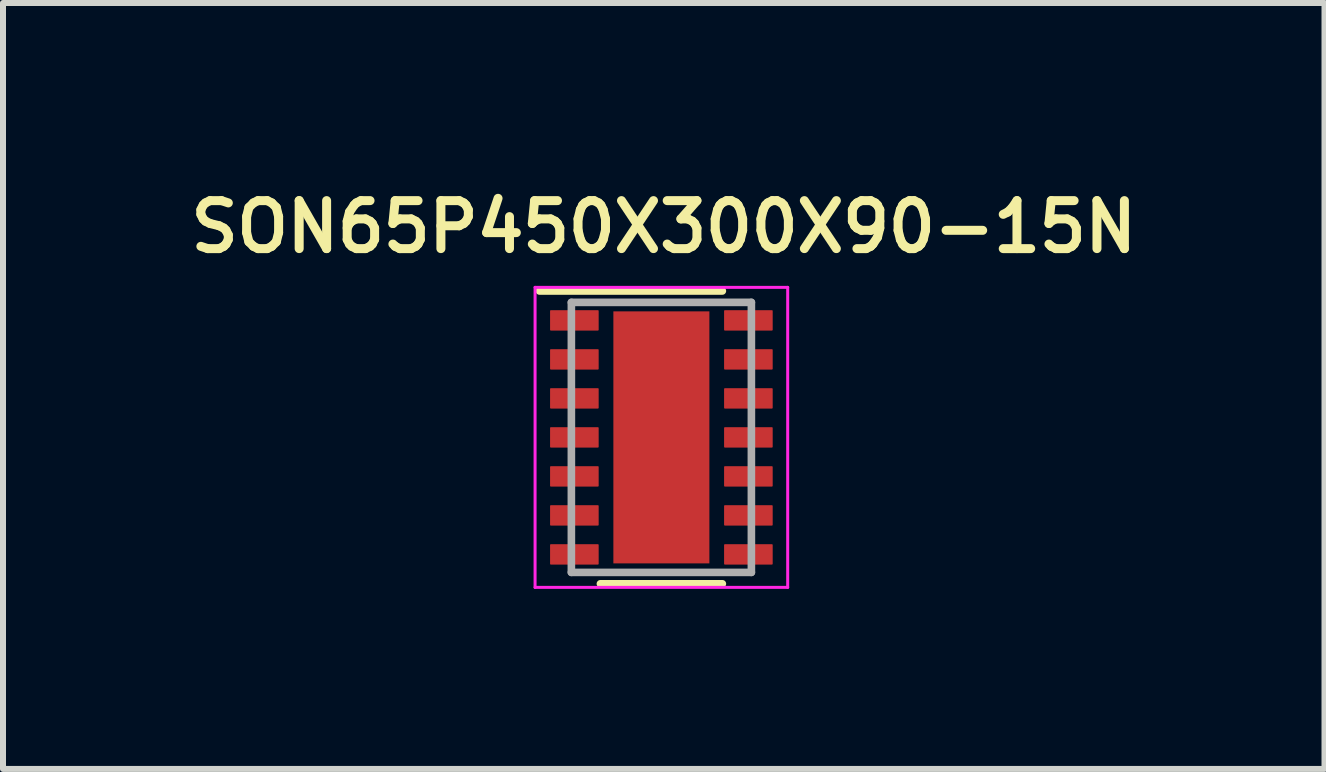
<source format=kicad_pcb>
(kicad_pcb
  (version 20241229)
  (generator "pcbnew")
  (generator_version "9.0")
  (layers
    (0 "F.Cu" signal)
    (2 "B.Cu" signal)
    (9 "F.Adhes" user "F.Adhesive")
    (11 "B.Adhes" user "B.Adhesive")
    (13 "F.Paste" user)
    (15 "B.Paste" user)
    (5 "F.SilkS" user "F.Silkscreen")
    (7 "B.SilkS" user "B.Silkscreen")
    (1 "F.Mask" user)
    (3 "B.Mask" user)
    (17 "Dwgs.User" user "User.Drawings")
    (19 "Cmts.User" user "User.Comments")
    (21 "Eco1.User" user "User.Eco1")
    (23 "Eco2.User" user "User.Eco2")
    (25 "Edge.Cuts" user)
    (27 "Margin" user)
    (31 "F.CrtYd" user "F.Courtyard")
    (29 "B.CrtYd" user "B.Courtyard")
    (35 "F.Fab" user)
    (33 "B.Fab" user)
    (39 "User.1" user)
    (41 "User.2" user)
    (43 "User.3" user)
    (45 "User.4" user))
  (footprint "SON65P450X300X90-15N"
    (layer "F.Cu")
    (at 7.972 4.239)
    (property "Reference" "SON65P450X300X90-15N" (at 0.04 -3.508 0) (layer "F.SilkS") (effects (font (size 0.8 0.8) (thickness 0.15))))
    (attr smd)
    (fp_line (start -2.032 -2.44) (end 1.016 -2.44) (stroke (width 0.127) (type solid)) (layer "F.SilkS"))
    (fp_line (start -1.016 2.44) (end 1.016 2.44) (stroke (width 0.127) (type solid)) (layer "F.SilkS"))
    (fp_poly (pts (xy -0.475 -1.88) (xy 0.475 -1.88) (xy 0.475 -0.11) (xy -0.475 -0.11)) (stroke (width 0.01) (type solid)) (fill yes) (layer "F.Paste"))
    (fp_poly (pts (xy -0.475 0.11) (xy 0.475 0.11) (xy 0.475 1.88) (xy -0.475 1.88)) (stroke (width 0.01) (type solid)) (fill yes) (layer "F.Paste"))
    (fp_line (start -2.105 -2.5) (end -2.105 2.5) (stroke (width 0.05) (type solid)) (layer "F.CrtYd"))
    (fp_line (start -2.105 -2.5) (end 2.105 -2.5) (stroke (width 0.05) (type solid)) (layer "F.CrtYd"))
    (fp_line (start -2.105 2.5) (end 2.105 2.5) (stroke (width 0.05) (type solid)) (layer "F.CrtYd"))
    (fp_line (start 2.105 -2.5) (end 2.105 2.5) (stroke (width 0.05) (type solid)) (layer "F.CrtYd"))
    (fp_line (start -1.5 -2.25) (end -1.5 2.25) (stroke (width 0.127) (type solid)) (layer "F.Fab"))
    (fp_line (start -1.5 -2.25) (end 1.5 -2.25) (stroke (width 0.127) (type solid)) (layer "F.Fab"))
    (fp_line (start -1.5 2.25) (end 1.5 2.25) (stroke (width 0.127) (type solid)) (layer "F.Fab"))
    (fp_line (start 1.5 -2.25) (end 1.5 2.25) (stroke (width 0.127) (type solid)) (layer "F.Fab"))
    (pad "1" smd roundrect (at -1.45 -1.95) (size 0.81 0.34) (layers "F.Cu" "F.Mask" "F.Paste") (roundrect_rratio 0.04))
    (pad "2" smd roundrect (at -1.45 -1.3) (size 0.81 0.34) (layers "F.Cu" "F.Mask" "F.Paste") (roundrect_rratio 0.04))
    (pad "3" smd roundrect (at -1.45 -0.65) (size 0.81 0.34) (layers "F.Cu" "F.Mask" "F.Paste") (roundrect_rratio 0.04))
    (pad "4" smd roundrect (at -1.45 0) (size 0.81 0.34) (layers "F.Cu" "F.Mask" "F.Paste") (roundrect_rratio 0.04))
    (pad "5" smd roundrect (at -1.45 0.65) (size 0.81 0.34) (layers "F.Cu" "F.Mask" "F.Paste") (roundrect_rratio 0.04))
    (pad "6" smd roundrect (at -1.45 1.3) (size 0.81 0.34) (layers "F.Cu" "F.Mask" "F.Paste") (roundrect_rratio 0.04))
    (pad "7" smd roundrect (at -1.45 1.95) (size 0.81 0.34) (layers "F.Cu" "F.Mask" "F.Paste") (roundrect_rratio 0.04))
    (pad "8" smd roundrect (at 1.45 1.95) (size 0.81 0.34) (layers "F.Cu" "F.Mask" "F.Paste") (roundrect_rratio 0.04))
    (pad "9" smd roundrect (at 1.45 1.3) (size 0.81 0.34) (layers "F.Cu" "F.Mask" "F.Paste") (roundrect_rratio 0.04))
    (pad "10" smd roundrect (at 1.45 0.65) (size 0.81 0.34) (layers "F.Cu" "F.Mask" "F.Paste") (roundrect_rratio 0.04))
    (pad "11" smd roundrect (at 1.45 0) (size 0.81 0.34) (layers "F.Cu" "F.Mask" "F.Paste") (roundrect_rratio 0.04))
    (pad "12" smd roundrect (at 1.45 -0.65) (size 0.81 0.34) (layers "F.Cu" "F.Mask" "F.Paste") (roundrect_rratio 0.04))
    (pad "13" smd roundrect (at 1.45 -1.3) (size 0.81 0.34) (layers "F.Cu" "F.Mask" "F.Paste") (roundrect_rratio 0.04))
    (pad "14" smd roundrect (at 1.45 -1.95) (size 0.81 0.34) (layers "F.Cu" "F.Mask" "F.Paste") (roundrect_rratio 0.04))
    (pad "15" smd rect (at 0 0) (size 1.6 4.2) (layers "F.Cu" "F.Mask")))
  (gr_rect
    (start -3 -3)
    (end 19.023 9.764)
    (stroke (width 0.1) (type default))
    (fill no)
    (layer "Edge.Cuts")))
</source>
